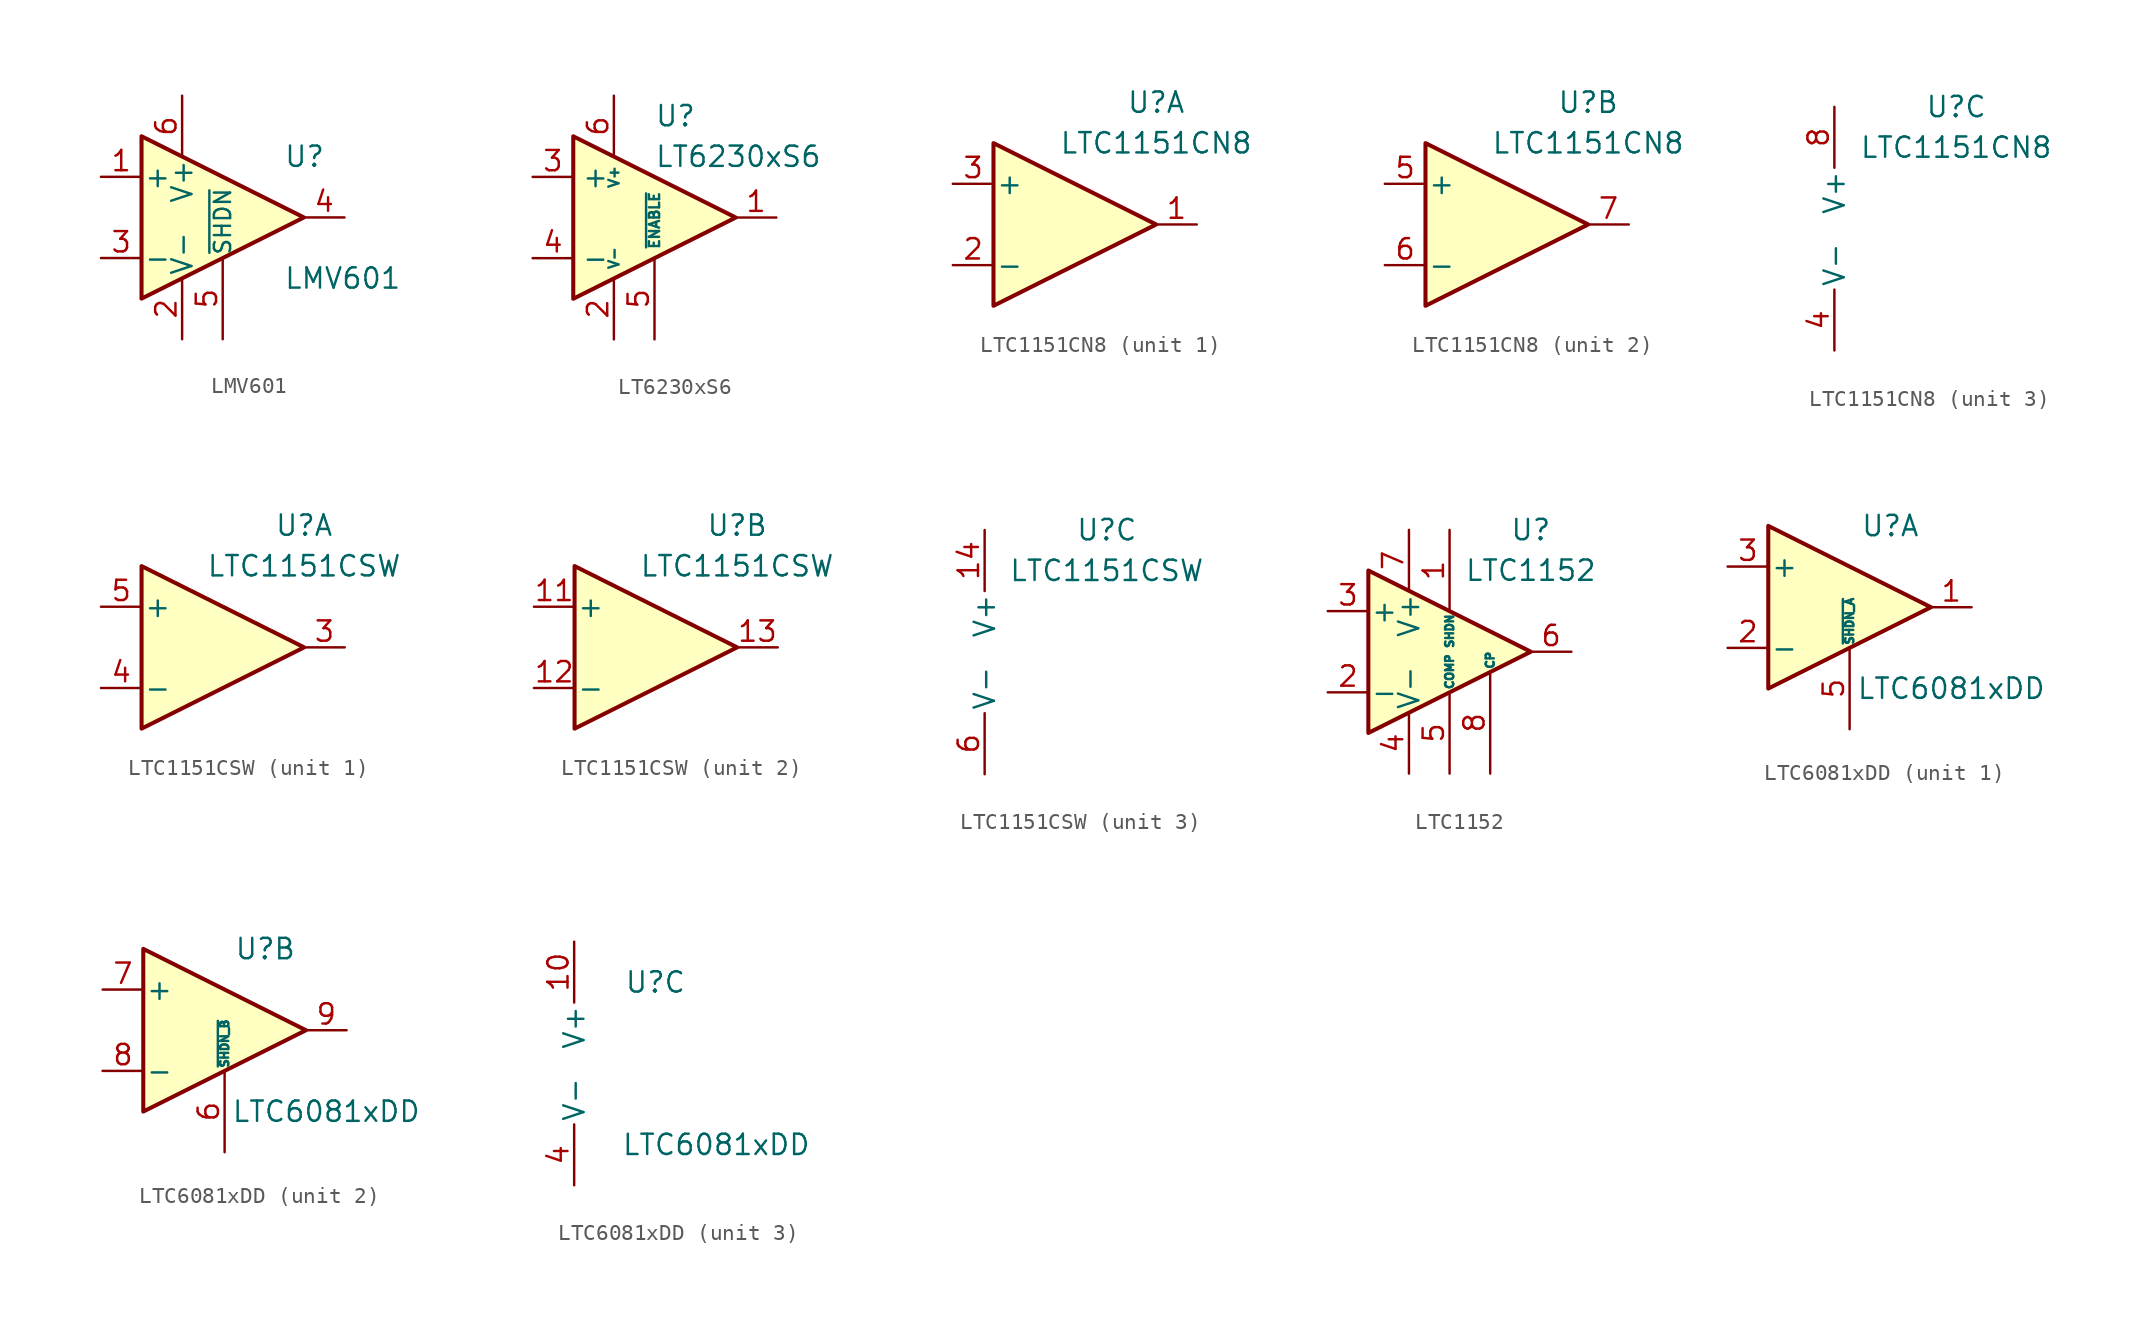
<source format=kicad_sym>
(kicad_symbol_lib
  (version 20201005)
  (generator kicad_symbol_editor)
  (symbol "Amplifier_Operational:LMV601"
    (pin_names
      (offset 0.127))
    (property "Reference" "U"
      (at 3.81 3.81 0)
      (effects (font (size 1.27 1.27)) (justify left)))
    (property "Value" "LMV601"
      (at 3.81 -3.81 0)
      (effects (font (size 1.27 1.27)) (justify left)))
    (symbol "LMV601_0_1"
      (polyline (pts (xy -5.08 5.08) (xy 5.08 0) (xy -5.08 -5.08) (xy -5.08 5.08)) (stroke (width 0.254)) (fill (type background))))
    (symbol "LMV601_1_1"
      (pin input line (at -7.62 2.54 0) (length 2.54) (name "+" (effects (font (size 1.27 1.27)))) (number "1" (effects (font (size 1.27 1.27)))))
      (pin power_in line (at -2.54 -7.62 90) (length 3.81) (name "V-" (effects (font (size 1.27 1.27)))) (number "2" (effects (font (size 1.27 1.27)))))
      (pin input line (at -7.62 -2.54 0) (length 2.54) (name "-" (effects (font (size 1.27 1.27)))) (number "3" (effects (font (size 1.27 1.27)))))
      (pin output line (at 7.62 0 180) (length 2.54) (name "~" (effects (font (size 1.27 1.27)))) (number "4" (effects (font (size 1.27 1.27)))))
      (pin input line (at 0 -7.62 90) (length 5.08) (name "~SHDN" (effects (font (size 1.016 1.016)))) (number "5" (effects (font (size 1.27 1.27)))))
      (pin power_in line (at -2.54 7.62 270) (length 3.81) (name "V+" (effects (font (size 1.27 1.27)))) (number "6" (effects (font (size 1.27 1.27)))))))
  (symbol "Amplifier_Operational:LT6230xS6"
    (property "Reference" "U"
      (at 0 6.35 0)
      (effects (font (size 1.27 1.27)) (justify left)))
    (property "Value" "LT6230xS6"
      (at 0 3.81 0)
      (effects (font (size 1.27 1.27)) (justify left)))
    (symbol "LT6230xS6_1_1"
      (polyline (pts (xy -5.08 5.08) (xy 5.08 0) (xy -5.08 -5.08) (xy -5.08 5.08)) (stroke (width 0.254)) (fill (type background)))
      (pin output line (at 7.62 0 180) (length 2.54) (name "~" (effects (font (size 1.27 1.27)))) (number "1" (effects (font (size 1.27 1.27)))))
      (pin power_in line (at -2.54 -7.62 90) (length 3.81) (name "V-" (effects (font (size 0.635 0.635)))) (number "2" (effects (font (size 1.27 1.27)))))
      (pin input line (at -7.62 2.54 0) (length 2.54) (name "+" (effects (font (size 1.27 1.27)))) (number "3" (effects (font (size 1.27 1.27)))))
      (pin input line (at -7.62 -2.54 0) (length 2.54) (name "-" (effects (font (size 1.27 1.27)))) (number "4" (effects (font (size 1.27 1.27)))))
      (pin input line (at 0 -7.62 90) (length 5.08) (name "~ENABLE" (effects (font (size 0.635 0.635)))) (number "5" (effects (font (size 1.27 1.27)))))
      (pin power_in line (at -2.54 7.62 270) (length 3.81) (name "V+" (effects (font (size 0.635 0.635)))) (number "6" (effects (font (size 1.27 1.27)))))))
  (symbol "Amplifier_Operational:LTC1151CN8"
    (pin_names
      (offset 0.127))
    (property "Reference" "U"
      (at 5.08 7.62 0)
      (effects (font (size 1.27 1.27))))
    (property "Value" "LTC1151CN8"
      (at 5.08 5.08 0)
      (effects (font (size 1.27 1.27))))
    (property "ki_locked" ""
      (at 0 0 0)
      (effects (font (size 1.27 1.27))))
    (symbol "LTC1151CN8_1_1"
      (polyline (pts (xy -5.08 5.08) (xy -5.08 -5.08) (xy 5.08 0) (xy -5.08 5.08)) (stroke (width 0.254)) (fill (type background)))
      (pin output line (at 7.62 0 180) (length 2.54) (name "~" (effects (font (size 1.27 1.27)))) (number "1" (effects (font (size 1.27 1.27)))))
      (pin input line (at -7.62 -2.54 0) (length 2.54) (name "-" (effects (font (size 1.27 1.27)))) (number "2" (effects (font (size 1.27 1.27)))))
      (pin input line (at -7.62 2.54 0) (length 2.54) (name "+" (effects (font (size 1.27 1.27)))) (number "3" (effects (font (size 1.27 1.27))))))
    (symbol "LTC1151CN8_2_1"
      (polyline (pts (xy -5.08 5.08) (xy -5.08 -5.08) (xy 5.08 0) (xy -5.08 5.08)) (stroke (width 0.254)) (fill (type background)))
      (pin input line (at -7.62 2.54 0) (length 2.54) (name "+" (effects (font (size 1.27 1.27)))) (number "5" (effects (font (size 1.27 1.27)))))
      (pin input line (at -7.62 -2.54 0) (length 2.54) (name "-" (effects (font (size 1.27 1.27)))) (number "6" (effects (font (size 1.27 1.27)))))
      (pin output line (at 7.62 0 180) (length 2.54) (name "~" (effects (font (size 1.27 1.27)))) (number "7" (effects (font (size 1.27 1.27))))))
    (symbol "LTC1151CN8_3_1"
      (pin power_in line (at -2.54 -7.62 90) (length 3.81) (name "V-" (effects (font (size 1.27 1.27)))) (number "4" (effects (font (size 1.27 1.27)))))
      (pin power_in line (at -2.54 7.62 270) (length 3.81) (name "V+" (effects (font (size 1.27 1.27)))) (number "8" (effects (font (size 1.27 1.27)))))))
  (symbol "Amplifier_Operational:LTC1151CSW"
    (pin_names
      (offset 0.127))
    (property "Reference" "U"
      (at 5.08 7.62 0)
      (effects (font (size 1.27 1.27))))
    (property "Value" "LTC1151CSW"
      (at 5.08 5.08 0)
      (effects (font (size 1.27 1.27))))
    (property "ki_locked" ""
      (at 0 0 0)
      (effects (font (size 1.27 1.27))))
    (symbol "LTC1151CSW_1_1"
      (polyline (pts (xy -5.08 5.08) (xy -5.08 -5.08) (xy 5.08 0) (xy -5.08 5.08)) (stroke (width 0.254)) (fill (type background)))
      (pin no_connect line (at -2.54 -2.54 90) (length 2.54) hide (name "NC" (effects (font (size 1.27 1.27)))) (number "1" (effects (font (size 1.27 1.27)))))
      (pin no_connect line (at 0 -2.54 90) (length 2.54) hide (name "NC" (effects (font (size 1.27 1.27)))) (number "2" (effects (font (size 1.27 1.27)))))
      (pin output line (at 7.62 0 180) (length 2.54) (name "~" (effects (font (size 1.27 1.27)))) (number "3" (effects (font (size 1.27 1.27)))))
      (pin input line (at -7.62 -2.54 0) (length 2.54) (name "-" (effects (font (size 1.27 1.27)))) (number "4" (effects (font (size 1.27 1.27)))))
      (pin input line (at -7.62 2.54 0) (length 2.54) (name "+" (effects (font (size 1.27 1.27)))) (number "5" (effects (font (size 1.27 1.27)))))
      (pin no_connect line (at -2.54 2.54 270) (length 2.54) hide (name "NC" (effects (font (size 1.27 1.27)))) (number "7" (effects (font (size 1.27 1.27)))))
      (pin no_connect line (at 0 2.54 270) (length 2.54) hide (name "NC" (effects (font (size 1.27 1.27)))) (number "8" (effects (font (size 1.27 1.27))))))
    (symbol "LTC1151CSW_2_1"
      (polyline (pts (xy -5.08 5.08) (xy -5.08 -5.08) (xy 5.08 0) (xy -5.08 5.08)) (stroke (width 0.254)) (fill (type background)))
      (pin no_connect line (at 0 -2.54 90) (length 2.54) hide (name "NC" (effects (font (size 1.27 1.27)))) (number "10" (effects (font (size 1.27 1.27)))))
      (pin input line (at -7.62 2.54 0) (length 2.54) (name "+" (effects (font (size 1.27 1.27)))) (number "11" (effects (font (size 1.27 1.27)))))
      (pin input line (at -7.62 -2.54 0) (length 2.54) (name "-" (effects (font (size 1.27 1.27)))) (number "12" (effects (font (size 1.27 1.27)))))
      (pin output line (at 7.62 0 180) (length 2.54) (name "~" (effects (font (size 1.27 1.27)))) (number "13" (effects (font (size 1.27 1.27)))))
      (pin no_connect line (at -2.54 2.54 270) (length 2.54) hide (name "NC" (effects (font (size 1.27 1.27)))) (number "15" (effects (font (size 1.27 1.27)))))
      (pin no_connect line (at 0 2.54 270) (length 2.54) hide (name "NC" (effects (font (size 1.27 1.27)))) (number "16" (effects (font (size 1.27 1.27)))))
      (pin no_connect line (at -2.54 -2.54 90) (length 2.54) hide (name "NC" (effects (font (size 1.27 1.27)))) (number "9" (effects (font (size 1.27 1.27))))))
    (symbol "LTC1151CSW_3_1"
      (pin power_in line (at -2.54 7.62 270) (length 3.81) (name "V+" (effects (font (size 1.27 1.27)))) (number "14" (effects (font (size 1.27 1.27)))))
      (pin power_in line (at -2.54 -7.62 90) (length 3.81) (name "V-" (effects (font (size 1.27 1.27)))) (number "6" (effects (font (size 1.27 1.27)))))))
  (symbol "Amplifier_Operational:LTC1152"
    (pin_names
      (offset 0.127))
    (property "Reference" "U"
      (at 5.08 7.62 0)
      (effects (font (size 1.27 1.27))))
    (property "Value" "LTC1152"
      (at 5.08 5.08 0)
      (effects (font (size 1.27 1.27))))
    (symbol "LTC1152_0_1"
      (polyline (pts (xy -5.08 5.08) (xy -5.08 -5.08) (xy 5.08 0) (xy -5.08 5.08)) (stroke (width 0.254)) (fill (type background))))
    (symbol "LTC1152_1_1"
      (pin input line (at 0 7.62 270) (length 5.08) (name "SHDN" (effects (font (size 0.508 0.508)))) (number "1" (effects (font (size 1.27 1.27)))))
      (pin input line (at -7.62 -2.54 0) (length 2.54) (name "-" (effects (font (size 1.27 1.27)))) (number "2" (effects (font (size 1.27 1.27)))))
      (pin input line (at -7.62 2.54 0) (length 2.54) (name "+" (effects (font (size 1.27 1.27)))) (number "3" (effects (font (size 1.27 1.27)))))
      (pin power_in line (at -2.54 -7.62 90) (length 3.81) (name "V-" (effects (font (size 1.27 1.27)))) (number "4" (effects (font (size 1.27 1.27)))))
      (pin input line (at 0 -7.62 90) (length 5.08) (name "COMP" (effects (font (size 0.508 0.508)))) (number "5" (effects (font (size 1.27 1.27)))))
      (pin output line (at 7.62 0 180) (length 2.54) (name "~" (effects (font (size 1.27 1.27)))) (number "6" (effects (font (size 1.27 1.27)))))
      (pin power_in line (at -2.54 7.62 270) (length 3.81) (name "V+" (effects (font (size 1.27 1.27)))) (number "7" (effects (font (size 1.27 1.27)))))
      (pin output line (at 2.54 -7.62 90) (length 6.35) (name "CP" (effects (font (size 0.508 0.508)))) (number "8" (effects (font (size 1.27 1.27)))))))
  (symbol "Amplifier_Operational:LTC6081xDD"
    (pin_names
      (offset 0.127))
    (property "Reference" "U"
      (at 2.54 5.08 0)
      (effects (font (size 1.27 1.27))))
    (property "Value" "LTC6081xDD"
      (at 6.35 -5.08 0)
      (effects (font (size 1.27 1.27))))
    (property "ki_locked" ""
      (at 0 0 0)
      (effects (font (size 1.27 1.27))))
    (symbol "LTC6081xDD_1_1"
      (polyline (pts (xy -5.08 5.08) (xy 5.08 0) (xy -5.08 -5.08) (xy -5.08 5.08)) (stroke (width 0.254)) (fill (type background)))
      (pin output line (at 7.62 0 180) (length 2.54) (name "~" (effects (font (size 1.27 1.27)))) (number "1" (effects (font (size 1.27 1.27)))))
      (pin input line (at -7.62 -2.54 0) (length 2.54) (name "-" (effects (font (size 1.27 1.27)))) (number "2" (effects (font (size 1.27 1.27)))))
      (pin input line (at -7.62 2.54 0) (length 2.54) (name "+" (effects (font (size 1.27 1.27)))) (number "3" (effects (font (size 1.27 1.27)))))
      (pin input line (at 0 -7.62 90) (length 5.08) (name "~SHDN_A" (effects (font (size 0.508 0.508)))) (number "5" (effects (font (size 1.27 1.27))))))
    (symbol "LTC6081xDD_2_1"
      (polyline (pts (xy -5.08 5.08) (xy 5.08 0) (xy -5.08 -5.08) (xy -5.08 5.08)) (stroke (width 0.254)) (fill (type background)))
      (pin input line (at 0 -7.62 90) (length 5.08) (name "~SHDN_B" (effects (font (size 0.508 0.508)))) (number "6" (effects (font (size 1.27 1.27)))))
      (pin input line (at -7.62 2.54 0) (length 2.54) (name "+" (effects (font (size 1.27 1.27)))) (number "7" (effects (font (size 1.27 1.27)))))
      (pin input line (at -7.62 -2.54 0) (length 2.54) (name "-" (effects (font (size 1.27 1.27)))) (number "8" (effects (font (size 1.27 1.27)))))
      (pin output line (at 7.62 0 180) (length 2.54) (name "~" (effects (font (size 1.27 1.27)))) (number "9" (effects (font (size 1.27 1.27))))))
    (symbol "LTC6081xDD_3_1"
      (pin power_in line (at -2.54 7.62 270) (length 3.81) (name "V+" (effects (font (size 1.27 1.27)))) (number "10" (effects (font (size 1.27 1.27)))))
      (pin passive line (at -2.54 -7.62 90) (length 3.81) hide (name "V-" (effects (font (size 1.27 1.27)))) (number "11" (effects (font (size 1.27 1.27)))))
      (pin power_in line (at -2.54 -7.62 90) (length 3.81) (name "V-" (effects (font (size 1.27 1.27)))) (number "4" (effects (font (size 1.27 1.27))))))))
</source>
